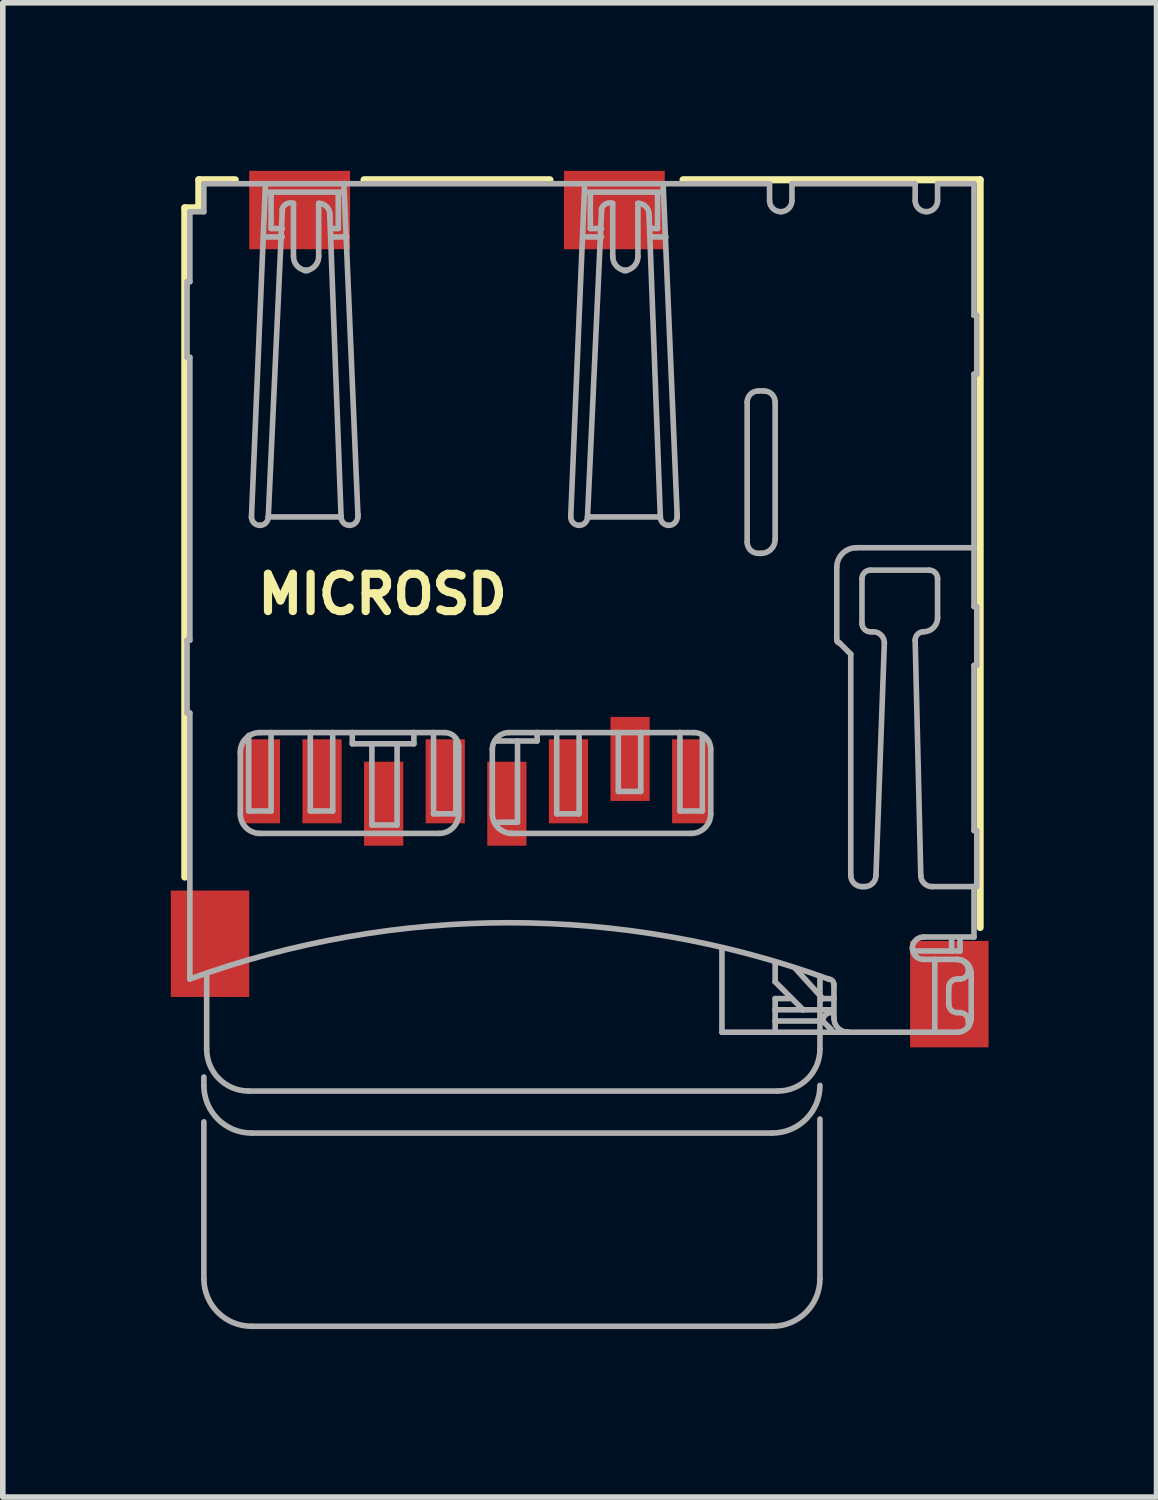
<source format=kicad_pcb>
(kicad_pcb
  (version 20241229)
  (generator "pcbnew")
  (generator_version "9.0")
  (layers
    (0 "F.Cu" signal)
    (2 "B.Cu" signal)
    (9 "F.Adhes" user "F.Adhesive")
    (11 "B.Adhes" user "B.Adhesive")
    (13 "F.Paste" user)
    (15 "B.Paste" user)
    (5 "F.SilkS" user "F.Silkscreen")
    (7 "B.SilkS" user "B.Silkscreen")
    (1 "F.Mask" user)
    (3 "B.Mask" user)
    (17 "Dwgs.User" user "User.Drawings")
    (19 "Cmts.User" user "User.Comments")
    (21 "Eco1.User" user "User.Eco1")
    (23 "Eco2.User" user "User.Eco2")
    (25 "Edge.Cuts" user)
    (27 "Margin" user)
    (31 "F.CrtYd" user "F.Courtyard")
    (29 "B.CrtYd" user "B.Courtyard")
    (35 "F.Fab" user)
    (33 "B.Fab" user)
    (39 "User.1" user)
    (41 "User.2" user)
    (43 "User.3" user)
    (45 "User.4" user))
  (footprint "MICROSD"
    (layer "F.Cu")
    (at 7.539 7.753)
    (property "Reference" "MICROSD" (at -6.059 0.197 0) (unlocked yes) (layer "F.SilkS") (effects (font (size 0.666 0.666) (thickness 0.146)) (justify left bottom)))
    (fp_line (start -7.289 -7.093) (end -7.289 4.857) (stroke (width 0.127) (type solid)) (layer "F.SilkS"))
    (fp_line (start -7.039 -7.593) (end -7.039 -7.093) (stroke (width 0.127) (type solid)) (layer "F.SilkS"))
    (fp_line (start -7.039 -7.093) (end -7.289 -7.093) (stroke (width 0.127) (type solid)) (layer "F.SilkS"))
    (fp_line (start -6.389 -7.593) (end -7.039 -7.593) (stroke (width 0.127) (type solid)) (layer "F.SilkS"))
    (fp_line (start -4.089 -7.593) (end -0.77 -7.593) (stroke (width 0.127) (type solid)) (layer "F.SilkS"))
    (fp_line (start 1.607 -7.593) (end 6.911 -7.593) (stroke (width 0.127) (type solid)) (layer "F.SilkS"))
    (fp_line (start 6.911 -7.593) (end 6.911 5.757) (stroke (width 0.127) (type solid)) (layer "F.SilkS"))
    (fp_line (start -7.249 -5.773) (end -7.249 -4.423) (stroke (width 0.1) (type solid)) (layer "F.Fab"))
    (fp_line (start -7.249 -4.423) (end -7.199 -4.423) (stroke (width 0.1) (type solid)) (layer "F.Fab"))
    (fp_line (start -7.249 0.627) (end -7.249 1.927) (stroke (width 0.1) (type solid)) (layer "F.Fab"))
    (fp_line (start -7.249 1.927) (end -7.199 1.927) (stroke (width 0.1) (type solid)) (layer "F.Fab"))
    (fp_line (start -7.199 -7.023) (end -7.199 -5.773) (stroke (width 0.1) (type solid)) (layer "F.Fab"))
    (fp_line (start -7.199 -5.773) (end -7.249 -5.773) (stroke (width 0.1) (type solid)) (layer "F.Fab"))
    (fp_line (start -7.199 -4.423) (end -7.199 0.627) (stroke (width 0.1) (type solid)) (layer "F.Fab"))
    (fp_line (start -7.199 0.627) (end -7.249 0.627) (stroke (width 0.1) (type solid)) (layer "F.Fab"))
    (fp_line (start -7.199 1.927) (end -7.199 6.677) (stroke (width 0.1) (type solid)) (layer "F.Fab"))
    (fp_line (start -6.949 -7.523) (end -6.949 -7.023) (stroke (width 0.1) (type solid)) (layer "F.Fab"))
    (fp_line (start -6.949 -7.023) (end -7.199 -7.023) (stroke (width 0.1) (type solid)) (layer "F.Fab"))
    (fp_line (start -6.949 8.427) (end -6.949 8.577) (stroke (width 0.1) (type solid)) (layer "F.Fab"))
    (fp_line (start -6.949 9.227) (end -6.949 12.027) (stroke (width 0.1) (type solid)) (layer "F.Fab"))
    (fp_line (start -6.899 6.627) (end -6.899 7.927) (stroke (width 0.1) (type solid)) (layer "F.Fab"))
    (fp_line (start -6.299 3.727) (end -6.299 2.627) (stroke (width 0.1) (type solid)) (layer "F.Fab"))
    (fp_line (start -6.149 2.327) (end -6.149 3.677) (stroke (width 0.1) (type solid)) (layer "F.Fab"))
    (fp_line (start -6.149 3.677) (end -5.749 3.677) (stroke (width 0.1) (type solid)) (layer "F.Fab"))
    (fp_line (start -6.149 8.677) (end 3.301 8.677) (stroke (width 0.1) (type solid)) (layer "F.Fab"))
    (fp_line (start -6.099 -1.573) (end -5.849 -7.523) (stroke (width 0.1) (type solid)) (layer "F.Fab"))
    (fp_line (start -6.099 9.427) (end 3.201 9.427) (stroke (width 0.1) (type solid)) (layer "F.Fab"))
    (fp_line (start -6.099 12.877) (end 3.201 12.877) (stroke (width 0.1) (type solid)) (layer "F.Fab"))
    (fp_line (start -5.949 2.277) (end -5.749 2.277) (stroke (width 0.1) (type solid)) (layer "F.Fab"))
    (fp_line (start -5.849 -7.523) (end -6.949 -7.523) (stroke (width 0.1) (type solid)) (layer "F.Fab"))
    (fp_line (start -5.799 -7.373) (end -4.449 -7.373) (stroke (width 0.1) (type solid)) (layer "F.Fab"))
    (fp_line (start -5.799 -1.573) (end -4.499 -1.573) (stroke (width 0.1) (type solid)) (layer "F.Fab"))
    (fp_line (start -5.749 -6.723) (end -5.749 -7.323) (stroke (width 0.1) (type solid)) (layer "F.Fab"))
    (fp_line (start -5.749 2.277) (end -5.049 2.277) (stroke (width 0.1) (type solid)) (layer "F.Fab"))
    (fp_line (start -5.749 3.677) (end -5.749 2.277) (stroke (width 0.1) (type solid)) (layer "F.Fab"))
    (fp_line (start -5.549 -7.073) (end -5.549 -7.023) (stroke (width 0.1) (type solid)) (layer "F.Fab"))
    (fp_line (start -5.549 -7.023) (end -5.799 -1.573) (stroke (width 0.1) (type solid)) (layer "F.Fab"))
    (fp_line (start -5.549 -6.723) (end -5.749 -6.723) (stroke (width 0.1) (type solid)) (layer "F.Fab"))
    (fp_line (start -5.549 -6.573) (end -5.849 -6.573) (stroke (width 0.1) (type solid)) (layer "F.Fab"))
    (fp_line (start -5.349 -6.223) (end -5.349 -7.173) (stroke (width 0.1) (type solid)) (layer "F.Fab"))
    (fp_line (start -5.149 -5.973) (end -5.099 -5.973) (stroke (width 0.1) (type solid)) (layer "F.Fab"))
    (fp_line (start -5.049 2.277) (end -5.049 3.677) (stroke (width 0.1) (type solid)) (layer "F.Fab"))
    (fp_line (start -5.049 2.277) (end -4.649 2.277) (stroke (width 0.1) (type solid)) (layer "F.Fab"))
    (fp_line (start -5.049 3.677) (end -4.649 3.677) (stroke (width 0.1) (type solid)) (layer "F.Fab"))
    (fp_line (start -4.899 -7.173) (end -4.899 -6.223) (stroke (width 0.1) (type solid)) (layer "F.Fab"))
    (fp_line (start -4.699 -6.923) (end -4.699 -6.973) (stroke (width 0.1) (type solid)) (layer "F.Fab"))
    (fp_line (start -4.649 -6.723) (end -4.549 -6.723) (stroke (width 0.1) (type solid)) (layer "F.Fab"))
    (fp_line (start -4.649 -6.573) (end -4.399 -6.573) (stroke (width 0.1) (type solid)) (layer "F.Fab"))
    (fp_line (start -4.649 2.277) (end -4.299 2.277) (stroke (width 0.1) (type solid)) (layer "F.Fab"))
    (fp_line (start -4.649 3.677) (end -4.649 2.277) (stroke (width 0.1) (type solid)) (layer "F.Fab"))
    (fp_line (start -4.549 -6.723) (end -4.549 -7.323) (stroke (width 0.1) (type solid)) (layer "F.Fab"))
    (fp_line (start -4.499 -1.573) (end -4.699 -6.923) (stroke (width 0.1) (type solid)) (layer "F.Fab"))
    (fp_line (start -4.449 -7.523) (end -5.849 -7.523) (stroke (width 0.1) (type solid)) (layer "F.Fab"))
    (fp_line (start -4.449 -7.523) (end -4.199 -1.623) (stroke (width 0.1) (type solid)) (layer "F.Fab"))
    (fp_line (start -4.299 2.277) (end -4.299 2.477) (stroke (width 0.1) (type solid)) (layer "F.Fab"))
    (fp_line (start -4.299 2.277) (end -3.199 2.277) (stroke (width 0.1) (type solid)) (layer "F.Fab"))
    (fp_line (start -4.299 2.477) (end -3.949 2.477) (stroke (width 0.1) (type solid)) (layer "F.Fab"))
    (fp_line (start -4.199 -1.623) (end -4.199 -1.573) (stroke (width 0.1) (type solid)) (layer "F.Fab"))
    (fp_line (start -3.949 2.477) (end -3.949 3.927) (stroke (width 0.1) (type solid)) (layer "F.Fab"))
    (fp_line (start -3.949 2.477) (end -3.499 2.477) (stroke (width 0.1) (type solid)) (layer "F.Fab"))
    (fp_line (start -3.949 3.927) (end -3.499 3.927) (stroke (width 0.1) (type solid)) (layer "F.Fab"))
    (fp_line (start -3.499 2.477) (end -3.199 2.477) (stroke (width 0.1) (type solid)) (layer "F.Fab"))
    (fp_line (start -3.499 3.927) (end -3.499 2.477) (stroke (width 0.1) (type solid)) (layer "F.Fab"))
    (fp_line (start -3.199 2.277) (end -2.849 2.277) (stroke (width 0.1) (type solid)) (layer "F.Fab"))
    (fp_line (start -3.199 2.477) (end -3.199 2.277) (stroke (width 0.1) (type solid)) (layer "F.Fab"))
    (fp_line (start -2.849 2.277) (end -2.849 3.727) (stroke (width 0.1) (type solid)) (layer "F.Fab"))
    (fp_line (start -2.849 2.277) (end -2.649 2.277) (stroke (width 0.1) (type solid)) (layer "F.Fab"))
    (fp_line (start -2.849 3.727) (end -2.449 3.727) (stroke (width 0.1) (type solid)) (layer "F.Fab"))
    (fp_line (start -2.749 4.077) (end -5.949 4.077) (stroke (width 0.1) (type solid)) (layer "F.Fab"))
    (fp_line (start -2.449 3.727) (end -2.449 2.427) (stroke (width 0.1) (type solid)) (layer "F.Fab"))
    (fp_line (start -2.399 2.527) (end -2.399 3.727) (stroke (width 0.1) (type solid)) (layer "F.Fab"))
    (fp_line (start -1.799 3.727) (end -1.799 2.577) (stroke (width 0.1) (type solid)) (layer "F.Fab"))
    (fp_line (start -1.749 2.427) (end -1.349 2.427) (stroke (width 0.1) (type solid)) (layer "F.Fab"))
    (fp_line (start -1.499 2.277) (end -0.999 2.277) (stroke (width 0.1) (type solid)) (layer "F.Fab"))
    (fp_line (start -1.349 2.427) (end -1.349 3.877) (stroke (width 0.1) (type solid)) (layer "F.Fab"))
    (fp_line (start -1.349 2.427) (end -0.999 2.427) (stroke (width 0.1) (type solid)) (layer "F.Fab"))
    (fp_line (start -1.349 3.877) (end -1.699 3.877) (stroke (width 0.1) (type solid)) (layer "F.Fab"))
    (fp_line (start -0.999 2.277) (end -0.649 2.277) (stroke (width 0.1) (type solid)) (layer "F.Fab"))
    (fp_line (start -0.999 2.427) (end -0.999 2.277) (stroke (width 0.1) (type solid)) (layer "F.Fab"))
    (fp_line (start -0.649 2.277) (end -0.649 3.727) (stroke (width 0.1) (type solid)) (layer "F.Fab"))
    (fp_line (start -0.649 2.277) (end 0.451 2.277) (stroke (width 0.1) (type solid)) (layer "F.Fab"))
    (fp_line (start -0.649 3.727) (end -0.249 3.727) (stroke (width 0.1) (type solid)) (layer "F.Fab"))
    (fp_line (start -0.399 -1.573) (end -0.149 -7.523) (stroke (width 0.1) (type solid)) (layer "F.Fab"))
    (fp_line (start -0.249 3.727) (end -0.249 2.327) (stroke (width 0.1) (type solid)) (layer "F.Fab"))
    (fp_line (start -0.099 -7.373) (end 1.251 -7.373) (stroke (width 0.1) (type solid)) (layer "F.Fab"))
    (fp_line (start -0.099 -1.573) (end 1.201 -1.573) (stroke (width 0.1) (type solid)) (layer "F.Fab"))
    (fp_line (start -0.049 -6.723) (end -0.049 -7.323) (stroke (width 0.1) (type solid)) (layer "F.Fab"))
    (fp_line (start 0.151 -7.073) (end 0.151 -7.023) (stroke (width 0.1) (type solid)) (layer "F.Fab"))
    (fp_line (start 0.151 -7.023) (end -0.099 -1.573) (stroke (width 0.1) (type solid)) (layer "F.Fab"))
    (fp_line (start 0.151 -6.723) (end -0.049 -6.723) (stroke (width 0.1) (type solid)) (layer "F.Fab"))
    (fp_line (start 0.151 -6.573) (end -0.149 -6.573) (stroke (width 0.1) (type solid)) (layer "F.Fab"))
    (fp_line (start 0.351 -6.223) (end 0.351 -7.173) (stroke (width 0.1) (type solid)) (layer "F.Fab"))
    (fp_line (start 0.451 2.277) (end 0.451 3.327) (stroke (width 0.1) (type solid)) (layer "F.Fab"))
    (fp_line (start 0.451 2.277) (end 0.851 2.277) (stroke (width 0.1) (type solid)) (layer "F.Fab"))
    (fp_line (start 0.451 3.327) (end 0.851 3.327) (stroke (width 0.1) (type solid)) (layer "F.Fab"))
    (fp_line (start 0.551 -5.973) (end 0.601 -5.973) (stroke (width 0.1) (type solid)) (layer "F.Fab"))
    (fp_line (start 0.801 -7.173) (end 0.801 -6.223) (stroke (width 0.1) (type solid)) (layer "F.Fab"))
    (fp_line (start 0.851 2.277) (end 1.551 2.277) (stroke (width 0.1) (type solid)) (layer "F.Fab"))
    (fp_line (start 0.851 3.327) (end 0.851 2.277) (stroke (width 0.1) (type solid)) (layer "F.Fab"))
    (fp_line (start 1.001 -6.923) (end 1.001 -6.973) (stroke (width 0.1) (type solid)) (layer "F.Fab"))
    (fp_line (start 1.051 -6.723) (end 1.151 -6.723) (stroke (width 0.1) (type solid)) (layer "F.Fab"))
    (fp_line (start 1.051 -6.573) (end 1.301 -6.573) (stroke (width 0.1) (type solid)) (layer "F.Fab"))
    (fp_line (start 1.151 -6.723) (end 1.151 -7.323) (stroke (width 0.1) (type solid)) (layer "F.Fab"))
    (fp_line (start 1.201 -1.573) (end 1.001 -6.923) (stroke (width 0.1) (type solid)) (layer "F.Fab"))
    (fp_line (start 1.251 -7.523) (end 1.501 -1.623) (stroke (width 0.1) (type solid)) (layer "F.Fab"))
    (fp_line (start 1.501 -1.623) (end 1.501 -1.573) (stroke (width 0.1) (type solid)) (layer "F.Fab"))
    (fp_line (start 1.551 2.277) (end 1.551 3.677) (stroke (width 0.1) (type solid)) (layer "F.Fab"))
    (fp_line (start 1.551 2.277) (end 1.801 2.277) (stroke (width 0.1) (type solid)) (layer "F.Fab"))
    (fp_line (start 1.551 3.677) (end 1.951 3.677) (stroke (width 0.1) (type solid)) (layer "F.Fab"))
    (fp_line (start 1.751 4.077) (end -1.449 4.077) (stroke (width 0.1) (type solid)) (layer "F.Fab"))
    (fp_line (start 1.951 3.677) (end 1.951 2.327) (stroke (width 0.1) (type solid)) (layer "F.Fab"))
    (fp_line (start 2.101 2.577) (end 2.101 3.727) (stroke (width 0.1) (type solid)) (layer "F.Fab"))
    (fp_line (start 2.301 7.627) (end 2.301 6.127) (stroke (width 0.1) (type solid)) (layer "F.Fab"))
    (fp_line (start 2.751 -1.123) (end 2.751 -3.623) (stroke (width 0.1) (type solid)) (layer "F.Fab"))
    (fp_line (start 2.951 -3.823) (end 3.051 -3.823) (stroke (width 0.1) (type solid)) (layer "F.Fab"))
    (fp_line (start 3.001 -0.923) (end 2.951 -0.923) (stroke (width 0.1) (type solid)) (layer "F.Fab"))
    (fp_line (start 3.151 -7.523) (end -4.449 -7.523) (stroke (width 0.1) (type solid)) (layer "F.Fab"))
    (fp_line (start 3.151 -7.223) (end 3.151 -7.523) (stroke (width 0.1) (type solid)) (layer "F.Fab"))
    (fp_line (start 3.251 -3.623) (end 3.251 -1.173) (stroke (width 0.1) (type solid)) (layer "F.Fab"))
    (fp_line (start 3.251 6.377) (end 3.251 6.727) (stroke (width 0.1) (type solid)) (layer "F.Fab"))
    (fp_line (start 3.251 6.727) (end 3.751 7.227) (stroke (width 0.1) (type solid)) (layer "F.Fab"))
    (fp_line (start 3.251 7.027) (end 3.501 7.027) (stroke (width 0.1) (type solid)) (layer "F.Fab"))
    (fp_line (start 3.251 7.227) (end 3.251 7.027) (stroke (width 0.1) (type solid)) (layer "F.Fab"))
    (fp_line (start 3.251 7.427) (end 3.251 7.227) (stroke (width 0.1) (type solid)) (layer "F.Fab"))
    (fp_line (start 3.251 7.427) (end 4.101 7.427) (stroke (width 0.1) (type solid)) (layer "F.Fab"))
    (fp_line (start 3.251 7.627) (end 2.301 7.627) (stroke (width 0.1) (type solid)) (layer "F.Fab"))
    (fp_line (start 3.251 7.627) (end 3.251 7.427) (stroke (width 0.1) (type solid)) (layer "F.Fab"))
    (fp_line (start 3.551 -7.523) (end 3.551 -7.223) (stroke (width 0.1) (type solid)) (layer "F.Fab"))
    (fp_line (start 3.751 7.227) (end 3.251 7.227) (stroke (width 0.1) (type solid)) (layer "F.Fab"))
    (fp_line (start 3.751 7.227) (end 4.251 7.227) (stroke (width 0.1) (type solid)) (layer "F.Fab"))
    (fp_line (start 4.051 7.927) (end 4.051 6.627) (stroke (width 0.1) (type solid)) (layer "F.Fab"))
    (fp_line (start 4.051 12.027) (end 4.051 9.177) (stroke (width 0.1) (type solid)) (layer "F.Fab"))
    (fp_line (start 4.101 7.027) (end 3.601 6.477) (stroke (width 0.1) (type solid)) (layer "F.Fab"))
    (fp_line (start 4.251 7.577) (end 4.101 7.427) (stroke (width 0.1) (type solid)) (layer "F.Fab"))
    (fp_line (start 4.301 6.777) (end 4.301 7.027) (stroke (width 0.1) (type solid)) (layer "F.Fab"))
    (fp_line (start 4.301 7.027) (end 4.101 7.027) (stroke (width 0.1) (type solid)) (layer "F.Fab"))
    (fp_line (start 4.301 7.027) (end 4.301 7.377) (stroke (width 0.1) (type solid)) (layer "F.Fab"))
    (fp_line (start 4.351 0.627) (end 4.351 -0.673) (stroke (width 0.1) (type solid)) (layer "F.Fab"))
    (fp_line (start 4.551 7.627) (end 3.251 7.627) (stroke (width 0.1) (type solid)) (layer "F.Fab"))
    (fp_line (start 4.551 7.627) (end 6.101 7.627) (stroke (width 0.1) (type solid)) (layer "F.Fab"))
    (fp_line (start 4.601 0.877) (end 4.401 0.677) (stroke (width 0.1) (type solid)) (layer "F.Fab"))
    (fp_line (start 4.601 4.827) (end 4.601 0.877) (stroke (width 0.1) (type solid)) (layer "F.Fab"))
    (fp_line (start 4.701 -1.023) (end 6.801 -1.023) (stroke (width 0.1) (type solid)) (layer "F.Fab"))
    (fp_line (start 4.801 -0.473) (end 4.801 0.327) (stroke (width 0.1) (type solid)) (layer "F.Fab"))
    (fp_line (start 4.851 5.027) (end 4.801 5.027) (stroke (width 0.1) (type solid)) (layer "F.Fab"))
    (fp_line (start 4.951 0.477) (end 5.001 0.477) (stroke (width 0.1) (type solid)) (layer "F.Fab"))
    (fp_line (start 5.201 0.677) (end 5.051 4.827) (stroke (width 0.1) (type solid)) (layer "F.Fab"))
    (fp_line (start 5.751 -7.523) (end 3.551 -7.523) (stroke (width 0.1) (type solid)) (layer "F.Fab"))
    (fp_line (start 5.751 -7.223) (end 5.751 -7.523) (stroke (width 0.1) (type solid)) (layer "F.Fab"))
    (fp_line (start 5.751 6.177) (end 6.401 6.177) (stroke (width 0.1) (type solid)) (layer "F.Fab"))
    (fp_line (start 5.851 4.827) (end 5.751 0.627) (stroke (width 0.1) (type solid)) (layer "F.Fab"))
    (fp_line (start 5.901 5.927) (end 6.801 5.927) (stroke (width 0.1) (type solid)) (layer "F.Fab"))
    (fp_line (start 6.001 -0.623) (end 4.951 -0.623) (stroke (width 0.1) (type solid)) (layer "F.Fab"))
    (fp_line (start 6.101 6.327) (end 5.901 6.327) (stroke (width 0.1) (type solid)) (layer "F.Fab"))
    (fp_line (start 6.101 6.327) (end 6.101 7.627) (stroke (width 0.1) (type solid)) (layer "F.Fab"))
    (fp_line (start 6.101 7.627) (end 6.501 7.627) (stroke (width 0.1) (type solid)) (layer "F.Fab"))
    (fp_line (start 6.151 -7.523) (end 6.151 -7.223) (stroke (width 0.1) (type solid)) (layer "F.Fab"))
    (fp_line (start 6.151 0.227) (end 6.151 -0.473) (stroke (width 0.1) (type solid)) (layer "F.Fab"))
    (fp_line (start 6.351 7.127) (end 6.351 6.827) (stroke (width 0.1) (type solid)) (layer "F.Fab"))
    (fp_line (start 6.401 6.177) (end 6.401 5.977) (stroke (width 0.1) (type solid)) (layer "F.Fab"))
    (fp_line (start 6.401 6.177) (end 6.551 6.177) (stroke (width 0.1) (type solid)) (layer "F.Fab"))
    (fp_line (start 6.501 6.327) (end 6.101 6.327) (stroke (width 0.1) (type solid)) (layer "F.Fab"))
    (fp_line (start 6.501 6.677) (end 6.551 6.677) (stroke (width 0.1) (type solid)) (layer "F.Fab"))
    (fp_line (start 6.551 5.977) (end 6.551 6.177) (stroke (width 0.1) (type solid)) (layer "F.Fab"))
    (fp_line (start 6.551 7.277) (end 6.501 7.277) (stroke (width 0.1) (type solid)) (layer "F.Fab"))
    (fp_line (start 6.701 7.527) (end 6.701 7.427) (stroke (width 0.1) (type solid)) (layer "F.Fab"))
    (fp_line (start 6.751 7.377) (end 6.751 6.577) (stroke (width 0.1) (type solid)) (layer "F.Fab"))
    (fp_line (start 6.801 -7.523) (end 6.151 -7.523) (stroke (width 0.1) (type solid)) (layer "F.Fab"))
    (fp_line (start 6.801 -5.173) (end 6.801 -7.523) (stroke (width 0.1) (type solid)) (layer "F.Fab"))
    (fp_line (start 6.801 -4.123) (end 6.851 -4.123) (stroke (width 0.1) (type solid)) (layer "F.Fab"))
    (fp_line (start 6.801 -1.023) (end 6.801 -4.123) (stroke (width 0.1) (type solid)) (layer "F.Fab"))
    (fp_line (start 6.801 0.027) (end 6.801 -1.023) (stroke (width 0.1) (type solid)) (layer "F.Fab"))
    (fp_line (start 6.801 1.077) (end 6.851 1.077) (stroke (width 0.1) (type solid)) (layer "F.Fab"))
    (fp_line (start 6.801 4.027) (end 6.801 1.077) (stroke (width 0.1) (type solid)) (layer "F.Fab"))
    (fp_line (start 6.801 5.027) (end 6.051 5.027) (stroke (width 0.1) (type solid)) (layer "F.Fab"))
    (fp_line (start 6.801 5.027) (end 6.851 5.027) (stroke (width 0.1) (type solid)) (layer "F.Fab"))
    (fp_line (start 6.801 5.927) (end 6.801 5.027) (stroke (width 0.1) (type solid)) (layer "F.Fab"))
    (fp_line (start 6.851 -5.173) (end 6.801 -5.173) (stroke (width 0.1) (type solid)) (layer "F.Fab"))
    (fp_line (start 6.851 -4.123) (end 6.851 -5.173) (stroke (width 0.1) (type solid)) (layer "F.Fab"))
    (fp_line (start 6.851 0.027) (end 6.801 0.027) (stroke (width 0.1) (type solid)) (layer "F.Fab"))
    (fp_line (start 6.851 1.077) (end 6.851 0.027) (stroke (width 0.1) (type solid)) (layer "F.Fab"))
    (fp_line (start 6.851 4.027) (end 6.801 4.027) (stroke (width 0.1) (type solid)) (layer "F.Fab"))
    (fp_line (start 6.851 5.027) (end 6.851 4.027) (stroke (width 0.1) (type solid)) (layer "F.Fab"))
    (fp_arc (start -7.199 6.677) (mid -1.499 5.671936) (end 4.201 6.677) (stroke (width 0.1) (type solid)) (layer "F.Fab"))
    (fp_arc (start -6.299 2.627) (mid -6.196487 2.379513) (end -5.949 2.277) (stroke (width 0.1) (type solid)) (layer "F.Fab"))
    (fp_arc (start -6.149 8.677) (mid -6.67933 8.45733) (end -6.899 7.927) (stroke (width 0.1) (type solid)) (layer "F.Fab"))
    (fp_arc (start -6.099 9.427) (mid -6.700041 9.178041) (end -6.949 8.577) (stroke (width 0.1) (type solid)) (layer "F.Fab"))
    (fp_arc (start -6.099 12.877) (mid -6.700041 12.628041) (end -6.949 12.027) (stroke (width 0.1) (type solid)) (layer "F.Fab"))
    (fp_arc (start -5.949 -1.423) (mid -6.055066 -1.466934) (end -6.099 -1.573) (stroke (width 0.1) (type solid)) (layer "F.Fab"))
    (fp_arc (start -5.949 4.077) (mid -6.196487 3.974487) (end -6.299 3.727) (stroke (width 0.1) (type solid)) (layer "F.Fab"))
    (fp_arc (start -5.799 -1.573) (mid -5.842934 -1.466934) (end -5.949 -1.423) (stroke (width 0.1) (type solid)) (layer "F.Fab"))
    (fp_arc (start -5.549 -7.073) (mid -5.469711 -7.164421) (end -5.349 -7.173) (stroke (width 0.1) (type solid)) (layer "F.Fab"))
    (fp_arc (start -5.099 -5.973) (mid -5.275777 -6.046223) (end -5.349 -6.223) (stroke (width 0.1) (type solid)) (layer "F.Fab"))
    (fp_arc (start -4.899 -7.173) (mid -4.757579 -7.114421) (end -4.699 -6.973) (stroke (width 0.1) (type solid)) (layer "F.Fab"))
    (fp_arc (start -4.899 -6.223) (mid -4.972223 -6.046223) (end -5.149 -5.973) (stroke (width 0.1) (type solid)) (layer "F.Fab"))
    (fp_arc (start -4.349 -1.423) (mid -4.455066 -1.466934) (end -4.499 -1.573) (stroke (width 0.1) (type solid)) (layer "F.Fab"))
    (fp_arc (start -4.199 -1.573) (mid -4.242934 -1.466934) (end -4.349 -1.423) (stroke (width 0.1) (type solid)) (layer "F.Fab"))
    (fp_arc (start -2.649 2.277) (mid -2.472223 2.350223) (end -2.399 2.527) (stroke (width 0.1) (type solid)) (layer "F.Fab"))
    (fp_arc (start -2.399 3.727) (mid -2.501513 3.974487) (end -2.749 4.077) (stroke (width 0.1) (type solid)) (layer "F.Fab"))
    (fp_arc (start -1.799 2.577) (mid -1.711132 2.364868) (end -1.499 2.277) (stroke (width 0.1) (type solid)) (layer "F.Fab"))
    (fp_arc (start -1.449 4.077) (mid -1.696487 3.974487) (end -1.799 3.727) (stroke (width 0.1) (type solid)) (layer "F.Fab"))
    (fp_arc (start -0.249 -1.423) (mid -0.355066 -1.466934) (end -0.399 -1.573) (stroke (width 0.1) (type solid)) (layer "F.Fab"))
    (fp_arc (start -0.099 -1.573) (mid -0.142934 -1.466934) (end -0.249 -1.423) (stroke (width 0.1) (type solid)) (layer "F.Fab"))
    (fp_arc (start 0.151 -7.073) (mid 0.230289 -7.164421) (end 0.351 -7.173) (stroke (width 0.1) (type solid)) (layer "F.Fab"))
    (fp_arc (start 0.601 -5.973) (mid 0.424223 -6.046223) (end 0.351 -6.223) (stroke (width 0.1) (type solid)) (layer "F.Fab"))
    (fp_arc (start 0.801 -7.173) (mid 0.942421 -7.114421) (end 1.001 -6.973) (stroke (width 0.1) (type solid)) (layer "F.Fab"))
    (fp_arc (start 0.801 -6.223) (mid 0.727777 -6.046223) (end 0.551 -5.973) (stroke (width 0.1) (type solid)) (layer "F.Fab"))
    (fp_arc (start 1.351 -1.423) (mid 1.244934 -1.466934) (end 1.201 -1.573) (stroke (width 0.1) (type solid)) (layer "F.Fab"))
    (fp_arc (start 1.501 -1.573) (mid 1.457066 -1.466934) (end 1.351 -1.423) (stroke (width 0.1) (type solid)) (layer "F.Fab"))
    (fp_arc (start 1.801 2.277) (mid 2.013132 2.364868) (end 2.101 2.577) (stroke (width 0.1) (type solid)) (layer "F.Fab"))
    (fp_arc (start 2.101 3.727) (mid 1.998487 3.974487) (end 1.751 4.077) (stroke (width 0.1) (type solid)) (layer "F.Fab"))
    (fp_arc (start 2.751 -3.623) (mid 2.809579 -3.764421) (end 2.951 -3.823) (stroke (width 0.1) (type solid)) (layer "F.Fab"))
    (fp_arc (start 2.951 -0.923) (mid 2.809579 -0.981579) (end 2.751 -1.123) (stroke (width 0.1) (type solid)) (layer "F.Fab"))
    (fp_arc (start 3.051 -3.823) (mid 3.192421 -3.764421) (end 3.251 -3.623) (stroke (width 0.1) (type solid)) (layer "F.Fab"))
    (fp_arc (start 3.251 -1.173) (mid 3.177777 -0.996223) (end 3.001 -0.923) (stroke (width 0.1) (type solid)) (layer "F.Fab"))
    (fp_arc (start 3.351 -7.023) (mid 3.209579 -7.081579) (end 3.151 -7.223) (stroke (width 0.1) (type solid)) (layer "F.Fab"))
    (fp_arc (start 3.551 -7.223) (mid 3.492421 -7.081579) (end 3.351 -7.023) (stroke (width 0.1) (type solid)) (layer "F.Fab"))
    (fp_arc (start 4.051 7.927) (mid 3.83133 8.45733) (end 3.301 8.677) (stroke (width 0.1) (type solid)) (layer "F.Fab"))
    (fp_arc (start 4.051 8.577) (mid 3.802041 9.178041) (end 3.201 9.427) (stroke (width 0.1) (type solid)) (layer "F.Fab"))
    (fp_arc (start 4.051 12.027) (mid 3.802041 12.628041) (end 3.201 12.877) (stroke (width 0.1) (type solid)) (layer "F.Fab"))
    (fp_arc (start 4.101 7.427) (mid 4.144934 7.320934) (end 4.251 7.277) (stroke (width 0.1) (type solid)) (layer "F.Fab"))
    (fp_arc (start 4.201 6.677) (mid 4.271711 6.706289) (end 4.301 6.777) (stroke (width 0.1) (type solid)) (layer "F.Fab"))
    (fp_arc (start 4.351 -0.673) (mid 4.453513 -0.920487) (end 4.701 -1.023) (stroke (width 0.1) (type solid)) (layer "F.Fab"))
    (fp_arc (start 4.401 0.677) (mid 4.365645 0.662355) (end 4.351 0.627) (stroke (width 0.1) (type solid)) (layer "F.Fab"))
    (fp_arc (start 4.551 7.627) (mid 4.374223 7.553777) (end 4.301 7.377) (stroke (width 0.1) (type solid)) (layer "F.Fab"))
    (fp_arc (start 4.801 -0.473) (mid 4.844934 -0.579066) (end 4.951 -0.623) (stroke (width 0.1) (type solid)) (layer "F.Fab"))
    (fp_arc (start 4.801 5.027) (mid 4.659579 4.968421) (end 4.601 4.827) (stroke (width 0.1) (type solid)) (layer "F.Fab"))
    (fp_arc (start 4.951 0.477) (mid 4.844934 0.433066) (end 4.801 0.327) (stroke (width 0.1) (type solid)) (layer "F.Fab"))
    (fp_arc (start 5.001 0.477) (mid 5.142421 0.535579) (end 5.201 0.677) (stroke (width 0.1) (type solid)) (layer "F.Fab"))
    (fp_arc (start 5.051 4.827) (mid 4.992421 4.968421) (end 4.851 5.027) (stroke (width 0.1) (type solid)) (layer "F.Fab"))
    (fp_arc (start 5.701 6.127) (mid 5.759579 5.985579) (end 5.901 5.927) (stroke (width 0.1) (type solid)) (layer "F.Fab"))
    (fp_arc (start 5.751 0.627) (mid 5.794934 0.520934) (end 5.901 0.477) (stroke (width 0.1) (type solid)) (layer "F.Fab"))
    (fp_arc (start 5.901 6.327) (mid 5.759579 6.268421) (end 5.701 6.127) (stroke (width 0.1) (type solid)) (layer "F.Fab"))
    (fp_arc (start 5.951 -7.023) (mid 5.809579 -7.081579) (end 5.751 -7.223) (stroke (width 0.1) (type solid)) (layer "F.Fab"))
    (fp_arc (start 6.001 -0.623) (mid 6.107066 -0.579066) (end 6.151 -0.473) (stroke (width 0.1) (type solid)) (layer "F.Fab"))
    (fp_arc (start 6.051 5.027) (mid 5.909579 4.968421) (end 5.851 4.827) (stroke (width 0.1) (type solid)) (layer "F.Fab"))
    (fp_arc (start 6.151 -7.223) (mid 6.092421 -7.081579) (end 5.951 -7.023) (stroke (width 0.1) (type solid)) (layer "F.Fab"))
    (fp_arc (start 6.151 0.227) (mid 6.077777 0.403777) (end 5.901 0.477) (stroke (width 0.1) (type solid)) (layer "F.Fab"))
    (fp_arc (start 6.351 6.827) (mid 6.394934 6.720934) (end 6.501 6.677) (stroke (width 0.1) (type solid)) (layer "F.Fab"))
    (fp_arc (start 6.501 6.327) (mid 6.642421 6.385579) (end 6.701 6.527) (stroke (width 0.1) (type solid)) (layer "F.Fab"))
    (fp_arc (start 6.501 6.327) (mid 6.677777 6.400223) (end 6.751 6.577) (stroke (width 0.1) (type solid)) (layer "F.Fab"))
    (fp_arc (start 6.501 7.277) (mid 6.394934 7.233066) (end 6.351 7.127) (stroke (width 0.1) (type solid)) (layer "F.Fab"))
    (fp_arc (start 6.551 7.277) (mid 6.657066 7.320934) (end 6.701 7.427) (stroke (width 0.1) (type solid)) (layer "F.Fab"))
    (fp_arc (start 6.701 6.527) (mid 6.657066 6.633066) (end 6.551 6.677) (stroke (width 0.1) (type solid)) (layer "F.Fab"))
    (fp_arc (start 6.701 7.526999) (mid 6.612803 7.600606) (end 6.501 7.627) (stroke (width 0.1) (type solid)) (layer "F.Fab"))
    (fp_arc (start 6.751 7.377) (mid 6.738171 7.456057) (end 6.701 7.527) (stroke (width 0.1) (type solid)) (layer "F.Fab"))
    (pad "1" smd rect (at 1.761 3.147) (size 0.7 1.5) (layers "F.Cu" "F.Mask" "F.Paste"))
    (pad "2" smd rect (at 0.661 2.747) (size 0.7 1.5) (layers "F.Cu" "F.Mask" "F.Paste"))
    (pad "3" smd rect (at -0.439 3.147) (size 0.7 1.5) (layers "F.Cu" "F.Mask" "F.Paste"))
    (pad "4" smd rect (at -1.539 3.547) (size 0.7 1.5) (layers "F.Cu" "F.Mask" "F.Paste"))
    (pad "5" smd rect (at -2.639 3.147) (size 0.7 1.5) (layers "F.Cu" "F.Mask" "F.Paste"))
    (pad "6" smd rect (at -3.739 3.547) (size 0.7 1.5) (layers "F.Cu" "F.Mask" "F.Paste"))
    (pad "7" smd rect (at -4.839 3.147) (size 0.7 1.5) (layers "F.Cu" "F.Mask" "F.Paste"))
    (pad "8" smd rect (at -5.939 3.147) (size 0.7 1.5) (layers "F.Cu" "F.Mask" "F.Paste"))
    (pad "CD1" smd rect (at -5.239 -7.053 90) (size 1.4 1.8) (layers "F.Cu" "F.Mask" "F.Paste"))
    (pad "CD2" smd rect (at 0.38 -7.053 90) (size 1.4 1.8) (layers "F.Cu" "F.Mask" "F.Paste"))
    (pad "MT1" smd rect (at -6.839 6.047) (size 1.4 1.9) (layers "F.Cu" "F.Mask" "F.Paste"))
    (pad "MT2" smd rect (at 6.361 6.947) (size 1.4 1.9) (layers "F.Cu" "F.Mask" "F.Paste")))
  (gr_rect
    (start -3 -3)
    (end 17.6 23.68)
    (stroke (width 0.1) (type default))
    (fill no)
    (layer "Edge.Cuts")))
</source>
